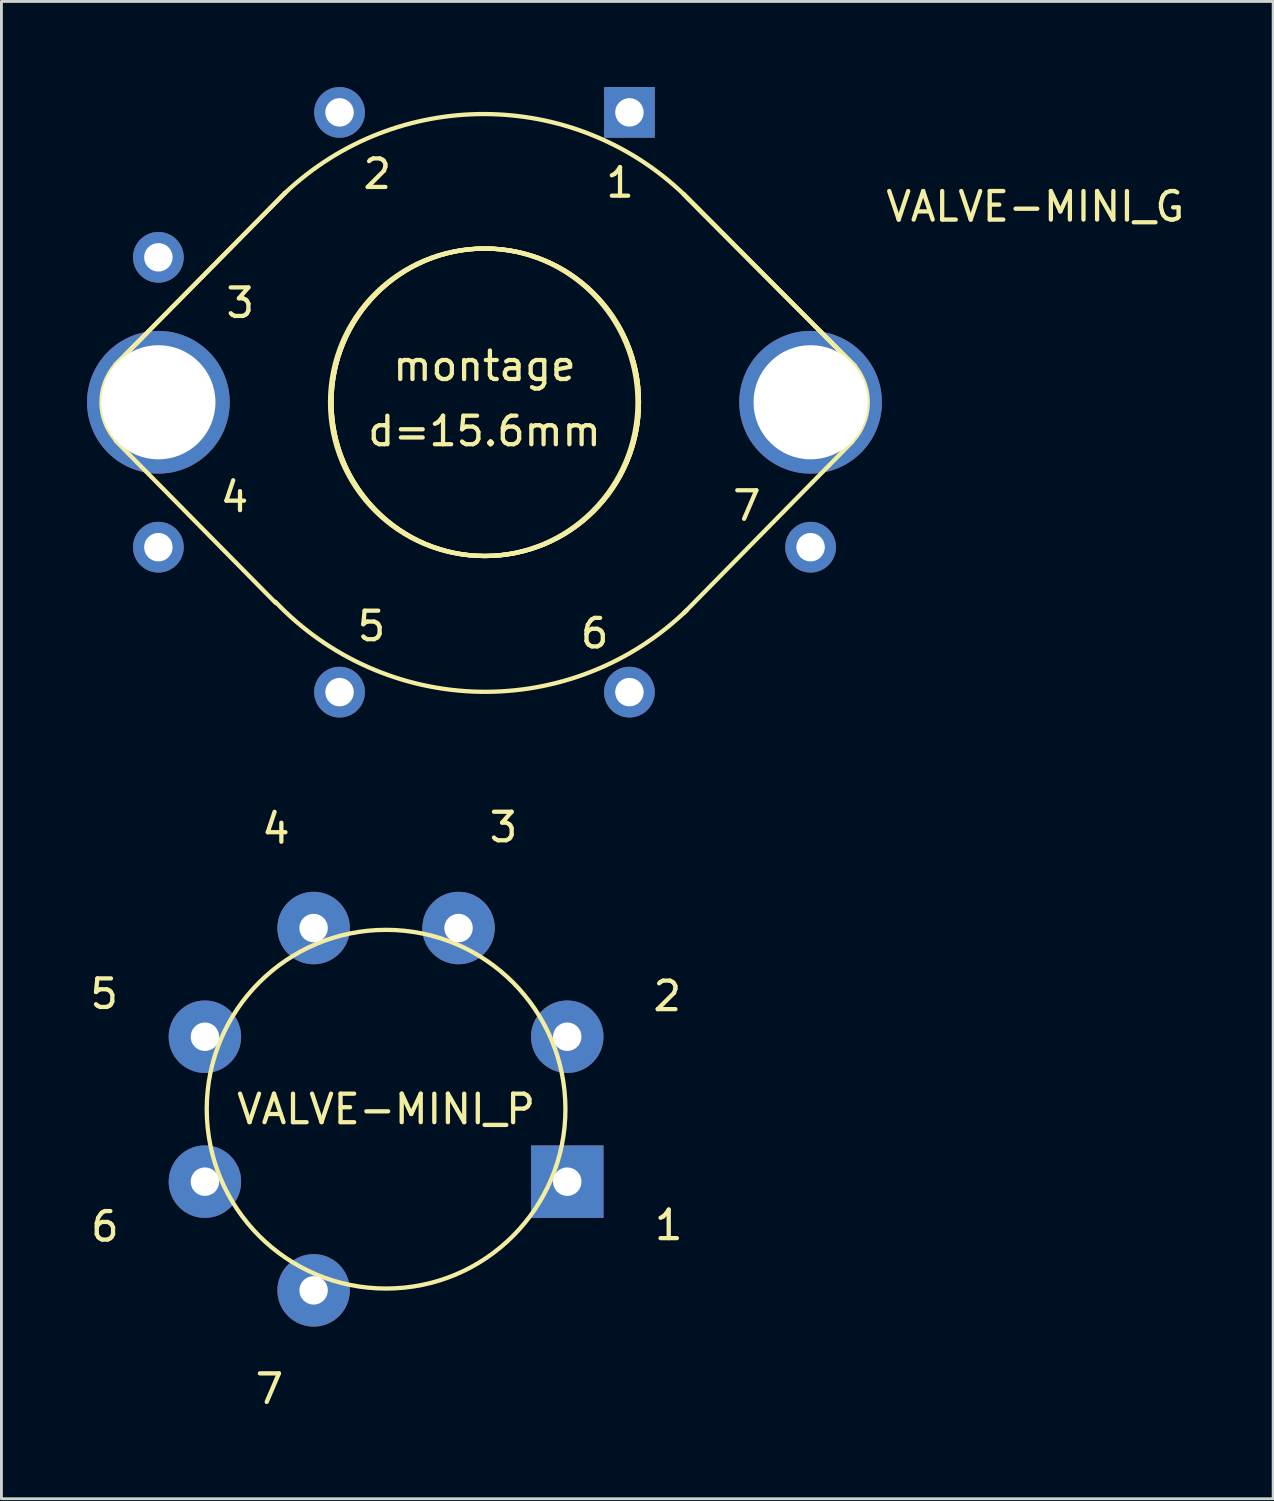
<source format=kicad_pcb>
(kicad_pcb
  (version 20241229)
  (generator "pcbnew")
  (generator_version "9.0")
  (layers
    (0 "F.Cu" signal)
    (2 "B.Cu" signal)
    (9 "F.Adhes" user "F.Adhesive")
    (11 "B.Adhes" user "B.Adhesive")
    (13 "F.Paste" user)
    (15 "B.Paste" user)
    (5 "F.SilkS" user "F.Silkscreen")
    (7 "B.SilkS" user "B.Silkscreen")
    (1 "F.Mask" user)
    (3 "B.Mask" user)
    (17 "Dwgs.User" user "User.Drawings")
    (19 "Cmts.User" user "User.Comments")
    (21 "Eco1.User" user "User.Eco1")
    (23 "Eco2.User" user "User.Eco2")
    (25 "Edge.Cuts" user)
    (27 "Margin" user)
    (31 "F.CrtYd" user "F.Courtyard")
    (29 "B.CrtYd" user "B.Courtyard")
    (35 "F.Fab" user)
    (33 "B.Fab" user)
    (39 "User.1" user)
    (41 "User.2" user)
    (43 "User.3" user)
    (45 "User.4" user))
  (footprint "VALVE-MINI_P"
    (layer "F.Cu")
    (at 10.482 35.827)
    (property "Reference" "VALVE-MINI_P" (at 0 0 0) (layer "F.SilkS") (effects (font (size 1 1) (thickness 0.15))))
    (attr exclude_from_pos_files exclude_from_bom)
    (fp_circle (center 0 0) (end -4.445 4.445) (stroke (width 0.15) (type solid)) (fill no) (layer "F.SilkS"))
    (fp_text user "7" (at -4.089 9.804 0) (layer "F.SilkS") (effects (font (size 1 1) (thickness 0.15))))
    (fp_text user "1" (at 9.906 4.064 0) (layer "F.SilkS") (effects (font (size 1 1) (thickness 0.15))))
    (fp_text user "4" (at -3.861 -9.83 0) (layer "F.SilkS") (effects (font (size 1 1) (thickness 0.15))))
    (fp_text user "2" (at 9.855 -3.962 0) (layer "F.SilkS") (effects (font (size 1 1) (thickness 0.15))))
    (fp_text user "5" (at -9.881 -4.039 0) (layer "F.SilkS") (effects (font (size 1 1) (thickness 0.15))))
    (fp_text user "3" (at 4.115 -9.881 0) (layer "F.SilkS") (effects (font (size 1 1) (thickness 0.15))))
    (fp_text user "6" (at -9.855 4.115 0) (layer "F.SilkS") (effects (font (size 1 1) (thickness 0.15))))
    (pad "1" thru_hole rect (at 6.35 2.54) (size 2.54 2.54) (drill 0.998) (layers "*.Cu" "F.Mask" "F.Paste"))
    (pad "2" thru_hole circle (at 6.35 -2.54) (size 2.54 2.54) (drill 0.998) (layers "*.Cu" "F.Mask" "F.Paste"))
    (pad "3" thru_hole circle (at 2.54 -6.35) (size 2.54 2.54) (drill 0.998) (layers "*.Cu" "F.Mask" "F.Paste"))
    (pad "4" thru_hole circle (at -2.54 -6.35) (size 2.54 2.54) (drill 0.998) (layers "*.Cu" "F.Mask" "F.Paste"))
    (pad "5" thru_hole circle (at -6.35 -2.54) (size 2.54 2.54) (drill 0.998) (layers "*.Cu" "F.Mask" "F.Paste"))
    (pad "6" thru_hole circle (at -6.35 2.54) (size 2.54 2.54) (drill 0.998) (layers "*.Cu" "F.Mask" "F.Paste"))
    (pad "7" thru_hole circle (at -2.54 6.35) (size 2.54 2.54) (drill 0.998) (layers "*.Cu" "F.Mask" "F.Paste")))
  (footprint "VALVE-MINI_G"
    (layer "F.Cu")
    (at 13.931 11.049)
    (property "Reference" "VALVE-MINI_G" (at 19.304 -6.858 0) (layer "F.SilkS") (effects (font (size 1 1) (thickness 0.15))))
    (attr exclude_from_pos_files exclude_from_bom)
    (fp_line (start -12.929 -1.321) (end -6.985 -7.341) (stroke (width 0.15) (type solid)) (layer "F.SilkS"))
    (fp_line (start -12.929 -1.321) (end -6.985 -7.341) (stroke (width 0.15) (type solid)) (layer "F.SilkS"))
    (fp_line (start -12.929 1.346) (end -7.315 7.036) (stroke (width 0.15) (type solid)) (layer "F.SilkS"))
    (fp_line (start 6.985 -7.29) (end 12.979 -1.27) (stroke (width 0.15) (type solid)) (layer "F.SilkS"))
    (fp_line (start 6.985 -7.29) (end 12.979 -1.27) (stroke (width 0.15) (type solid)) (layer "F.SilkS"))
    (fp_line (start 6.985 -7.29) (end 12.979 -1.27) (stroke (width 0.15) (type solid)) (layer "F.SilkS"))
    (fp_line (start 12.903 1.372) (end 6.985 7.391) (stroke (width 0.15) (type solid)) (layer "F.SilkS"))
    (fp_arc (start -12.90066 1.34874) (mid -13.42538 0.019987) (end -12.927382 -1.31901) (stroke (width 0.15) (type solid)) (layer "F.SilkS"))
    (fp_arc (start -6.985 -7.3406) (mid -0.00353 -10.101458) (end 6.96598 -7.310547) (stroke (width 0.15) (type solid)) (layer "F.SilkS"))
    (fp_arc (start 7.09422 7.28218) (mid -0.178599 10.14676) (end -7.330404 6.992175) (stroke (width 0.15) (type solid)) (layer "F.SilkS"))
    (fp_arc (start 12.9794 -1.27) (mid 13.431537 0.085971) (end 12.864795 1.398178) (stroke (width 0.15) (type solid)) (layer "F.SilkS"))
    (fp_circle (center -0.025 0) (end -3.835 3.81) (stroke (width 0.15) (type solid)) (fill no) (layer "F.SilkS"))
    (fp_circle (center 0.025 0) (end 3.835 3.81) (stroke (width 0.15) (type solid)) (fill no) (layer "F.SilkS"))
    (fp_circle (center 0.025 0) (end 3.835 3.81) (stroke (width 0.15) (type solid)) (fill no) (layer "F.SilkS"))
    (fp_circle (center 0.025 0) (end 3.835 3.81) (stroke (width 0.15) (type solid)) (fill no) (layer "F.SilkS"))
    (fp_text user "4" (at -8.76 3.327 0) (layer "F.SilkS") (effects (font (size 1 1) (thickness 0.15))))
    (fp_text user "1" (at 4.75 -7.696 0) (layer "F.SilkS") (effects (font (size 1 1) (thickness 0.15))))
    (fp_text user "6" (at 3.861 8.103 0) (layer "F.SilkS") (effects (font (size 1 1) (thickness 0.15))))
    (fp_text user "montage" (at 0 -1.27 0) (layer "F.SilkS") (effects (font (size 1 1) (thickness 0.15))))
    (fp_text user "2" (at -3.759 -8.001 0) (layer "F.SilkS") (effects (font (size 1 1) (thickness 0.15))))
    (fp_text user "3" (at -8.56 -3.48 0) (layer "F.SilkS") (effects (font (size 1 1) (thickness 0.15))))
    (fp_text user "d=15.6mm" (at 0 1.016 0) (layer "F.SilkS") (effects (font (size 1 1) (thickness 0.15))))
    (fp_text user "5" (at -3.962 7.849 0) (layer "F.SilkS") (effects (font (size 1 1) (thickness 0.15))))
    (fp_text user "7" (at 9.195 3.63 0) (layer "F.SilkS") (effects (font (size 1 1) (thickness 0.15))))
    (pad "" thru_hole circle (at -11.43 0) (size 5.001 5.001) (drill 4) (layers "*.Cu" "F.Mask" "F.Paste"))
    (pad "" thru_hole circle (at 11.43 0) (size 5.001 5.001) (drill 4) (layers "*.Cu" "F.Mask" "F.Paste"))
    (pad "1" thru_hole rect (at 5.08 -10.16) (size 1.778 1.778) (drill 0.998) (layers "*.Cu" "F.Mask" "F.Paste"))
    (pad "2" thru_hole circle (at -5.08 -10.16) (size 1.778 1.778) (drill 0.998) (layers "*.Cu" "F.Mask" "F.Paste"))
    (pad "3" thru_hole circle (at -11.43 -5.08) (size 1.778 1.778) (drill 0.998) (layers "*.Cu" "F.Mask" "F.Paste"))
    (pad "4" thru_hole circle (at -11.43 5.08) (size 1.778 1.778) (drill 0.998) (layers "*.Cu" "F.Mask" "F.Paste"))
    (pad "5" thru_hole circle (at -5.08 10.16) (size 1.778 1.778) (drill 0.998) (layers "*.Cu" "F.Mask" "F.Paste"))
    (pad "6" thru_hole circle (at 5.08 10.16) (size 1.778 1.778) (drill 0.998) (layers "*.Cu" "F.Mask" "F.Paste"))
    (pad "7" thru_hole circle (at 11.43 5.08) (size 1.778 1.778) (drill 0.998) (layers "*.Cu" "F.Mask" "F.Paste")))
  (gr_rect
    (start -3 -3)
    (end 41.574 49.48)
    (stroke (width 0.1) (type default))
    (fill no)
    (layer "Edge.Cuts")))
</source>
